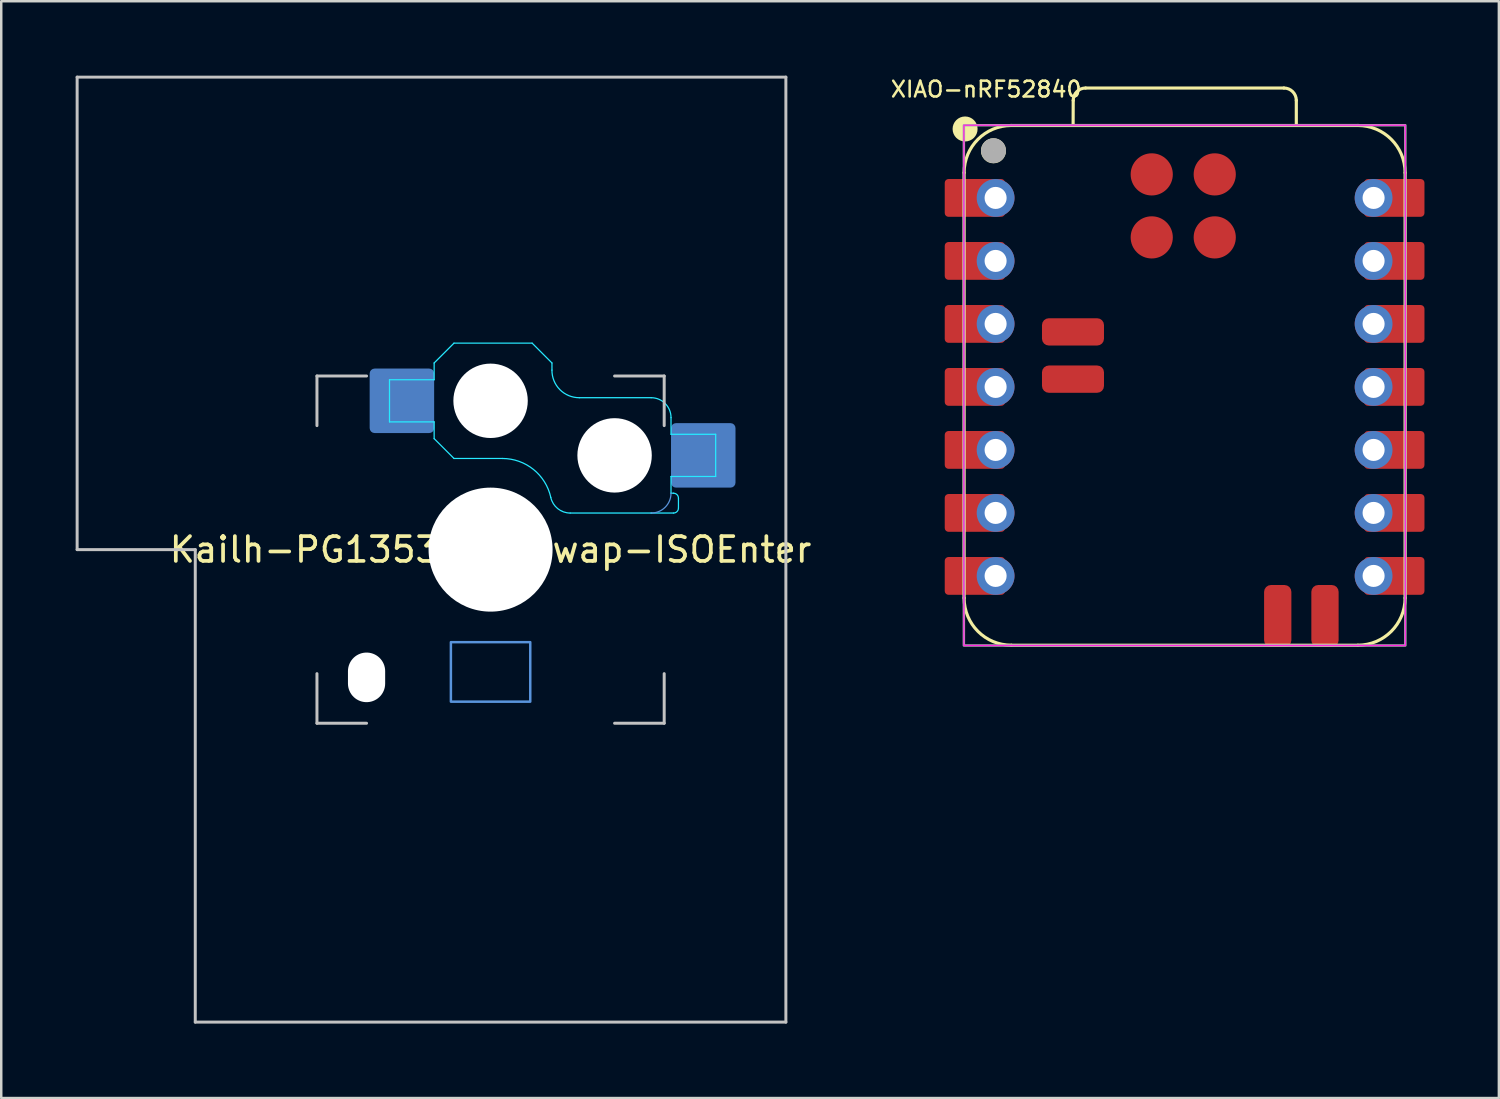
<source format=kicad_pcb>
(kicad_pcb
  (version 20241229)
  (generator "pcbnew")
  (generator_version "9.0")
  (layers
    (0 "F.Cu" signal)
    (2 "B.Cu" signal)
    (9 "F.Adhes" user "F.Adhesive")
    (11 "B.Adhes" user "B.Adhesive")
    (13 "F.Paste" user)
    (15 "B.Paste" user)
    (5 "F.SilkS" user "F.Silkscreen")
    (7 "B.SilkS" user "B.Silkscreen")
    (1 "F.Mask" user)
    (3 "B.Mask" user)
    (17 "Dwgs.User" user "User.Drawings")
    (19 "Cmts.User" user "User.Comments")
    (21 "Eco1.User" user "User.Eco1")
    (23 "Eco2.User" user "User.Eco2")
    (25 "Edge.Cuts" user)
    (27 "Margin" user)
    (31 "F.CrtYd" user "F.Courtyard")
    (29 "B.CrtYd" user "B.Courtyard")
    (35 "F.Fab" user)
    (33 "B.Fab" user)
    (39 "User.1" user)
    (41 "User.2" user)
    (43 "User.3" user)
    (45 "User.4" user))
  (footprint "Kailh-PG1353-Hotswap-ISOEnter"
    (layer "F.Cu")
    (at 16.729 19.11)
    (property "Reference" "Kailh-PG1353-Hotswap-ISOEnter" (at 0 0 180) (layer "F.SilkS") (effects (font (size 1 1) (thickness 0.15))))
    (attr through_hole exclude_from_pos_files exclude_from_bom)
    (fp_line (start -16.669 -19.05) (end -16.669 0) (stroke (width 0.12) (type solid)) (layer "Dwgs.User"))
    (fp_line (start -16.669 0) (end -11.906 0) (stroke (width 0.12) (type solid)) (layer "Dwgs.User"))
    (fp_line (start -11.906 0) (end -11.906 19.05) (stroke (width 0.12) (type solid)) (layer "Dwgs.User"))
    (fp_line (start -11.906 19.05) (end 11.906 19.05) (stroke (width 0.12) (type solid)) (layer "Dwgs.User"))
    (fp_line (start -7 -7) (end -5 -7) (stroke (width 0.12) (type solid)) (layer "Dwgs.User"))
    (fp_line (start -7 -5) (end -7 -7) (stroke (width 0.12) (type solid)) (layer "Dwgs.User"))
    (fp_line (start -7 7) (end -7 5) (stroke (width 0.12) (type solid)) (layer "Dwgs.User"))
    (fp_line (start -5 7) (end -7 7) (stroke (width 0.12) (type solid)) (layer "Dwgs.User"))
    (fp_line (start 7 -7) (end 5 -7) (stroke (width 0.12) (type solid)) (layer "Dwgs.User"))
    (fp_line (start 7 -5) (end 7 -7) (stroke (width 0.12) (type solid)) (layer "Dwgs.User"))
    (fp_line (start 7 5) (end 7 7) (stroke (width 0.12) (type solid)) (layer "Dwgs.User"))
    (fp_line (start 7 7) (end 5 7) (stroke (width 0.12) (type solid)) (layer "Dwgs.User"))
    (fp_line (start 11.906 -19.05) (end -16.669 -19.05) (stroke (width 0.12) (type solid)) (layer "Dwgs.User"))
    (fp_line (start 11.906 19.05) (end 11.906 -19.05) (stroke (width 0.12) (type solid)) (layer "Dwgs.User"))
    (fp_rect (start -1.6 3.73) (end 1.6 6.13) (stroke (width 0.1) (type default)) (fill no) (layer "Cmts.User"))
    (fp_arc (start 7.274998 -2.275) (mid 7.04069 -1.709309) (end 6.475 -1.475) (stroke (width 0.05) (type default)) (layer "Cmts.User"))
    (fp_line (start -4.075 -6.85) (end -2.275 -6.85) (stroke (width 0.05) (type default)) (layer "B.CrtYd"))
    (fp_line (start -4.075 -5.15) (end -4.075 -6.85) (stroke (width 0.05) (type default)) (layer "B.CrtYd"))
    (fp_line (start -2.275 -7.525) (end -2.275 -6.85) (stroke (width 0.05) (type default)) (layer "B.CrtYd"))
    (fp_line (start -2.275 -7.525) (end -1.475 -8.325) (stroke (width 0.05) (type default)) (layer "B.CrtYd"))
    (fp_line (start -2.275 -5.15) (end -4.075 -5.15) (stroke (width 0.05) (type default)) (layer "B.CrtYd"))
    (fp_line (start -2.275 -4.475) (end -2.275 -5.15) (stroke (width 0.05) (type default)) (layer "B.CrtYd"))
    (fp_line (start -1.475 -8.325) (end 1.675 -8.325) (stroke (width 0.05) (type default)) (layer "B.CrtYd"))
    (fp_line (start -1.475 -3.675) (end -2.275 -4.475) (stroke (width 0.05) (type default)) (layer "B.CrtYd"))
    (fp_line (start 0.475 -3.675) (end -1.475 -3.675) (stroke (width 0.05) (type default)) (layer "B.CrtYd"))
    (fp_line (start 1.675 -8.325) (end 2.475 -7.525) (stroke (width 0.05) (type default)) (layer "B.CrtYd"))
    (fp_line (start 2.475 -7.525) (end 2.475 -7.236) (stroke (width 0.05) (type default)) (layer "B.CrtYd"))
    (fp_line (start 3.575 -6.125) (end 6.475 -6.125) (stroke (width 0.05) (type default)) (layer "B.CrtYd"))
    (fp_line (start 6.475 -1.475) (end 3.21 -1.475) (stroke (width 0.05) (type default)) (layer "B.CrtYd"))
    (fp_line (start 6.475 -1.475) (end 7.375 -1.475) (stroke (width 0.05) (type default)) (layer "B.CrtYd"))
    (fp_line (start 7.275 -5.325) (end 7.275 -4.65) (stroke (width 0.05) (type default)) (layer "B.CrtYd"))
    (fp_line (start 7.275 -2.95) (end 9.075 -2.95) (stroke (width 0.05) (type default)) (layer "B.CrtYd"))
    (fp_line (start 7.275 -2.275) (end 7.275 -2.95) (stroke (width 0.05) (type default)) (layer "B.CrtYd"))
    (fp_line (start 7.375 -2.275) (end 7.275 -2.275) (stroke (width 0.05) (type default)) (layer "B.CrtYd"))
    (fp_line (start 7.575 -1.675) (end 7.575 -2.075) (stroke (width 0.05) (type default)) (layer "B.CrtYd"))
    (fp_line (start 9.075 -4.65) (end 7.275 -4.65) (stroke (width 0.05) (type default)) (layer "B.CrtYd"))
    (fp_line (start 9.075 -2.95) (end 9.075 -4.65) (stroke (width 0.05) (type default)) (layer "B.CrtYd"))
    (fp_arc (start 0.474999 -3.675) (mid 1.728566 -3.233387) (end 2.428542 -2.103571) (stroke (width 0.05) (type default)) (layer "B.CrtYd"))
    (fp_arc (start 3.209929 -1.475) (mid 2.708523 -1.651657) (end 2.428542 -2.103571) (stroke (width 0.05) (type default)) (layer "B.CrtYd"))
    (fp_arc (start 3.575029 -6.125) (mid 2.793163 -6.451277) (end 2.475 -7.236481) (stroke (width 0.05) (type default)) (layer "B.CrtYd"))
    (fp_arc (start 6.475029 -6.125) (mid 7.040734 -5.890713) (end 7.275 -5.325) (stroke (width 0.05) (type default)) (layer "B.CrtYd"))
    (fp_arc (start 7.375029 -2.275) (mid 7.51647 -2.216449) (end 7.575 -2.075) (stroke (width 0.05) (type default)) (layer "B.CrtYd"))
    (fp_arc (start 7.575 -1.674988) (mid 7.516429 -1.533562) (end 7.375 -1.475) (stroke (width 0.05) (type default)) (layer "B.CrtYd"))
    (pad "" np_thru_hole oval (at -5 5.15 180) (size 1.5 2) (drill oval 1.5 2) (layers "*.Cu" "*.Mask"))
    (pad "" np_thru_hole circle (at 0 -6 180) (size 3 3) (drill 3) (layers "*.Cu" "*.Mask"))
    (pad "" np_thru_hole circle (at 0 0 180) (size 5 5) (drill 5.1) (layers "*.Cu" "*.Mask"))
    (pad "" np_thru_hole circle (at 5 -3.8 180) (size 3 3) (drill 3) (layers "*.Cu" "*.Mask"))
    (pad "1" smd roundrect (at 8.575 -3.8 180) (size 2.6 2.6) (layers "B.Cu" "B.Mask" "B.Paste") (roundrect_rratio 0.077))
    (pad "2" smd roundrect (at -3.575 -6 180) (size 2.6 2.6) (layers "B.Cu" "B.Mask" "B.Paste") (roundrect_rratio 0.077)))
  (footprint "XIAO-nRF52840"
    (layer "F.Cu")
    (at 44.711 12.55)
    (property "Reference" "XIAO-nRF52840" (at -8 -12 0) (unlocked yes) (layer "F.SilkS") (effects (font (size 0.635 0.635) (thickness 0.102))))
    (attr smd)
    (fp_line (start -8.89 8.509) (end -8.89 -8.636) (stroke (width 0.127) (type solid)) (layer "F.SilkS"))
    (fp_line (start -6.985 10.414) (end 6.985 10.414) (stroke (width 0.127) (type solid)) (layer "F.SilkS"))
    (fp_line (start -4.495 -10.541) (end -4.491 -11.551) (stroke (width 0.127) (type solid)) (layer "F.SilkS"))
    (fp_line (start -3.991 -12.051) (end 4.004 -12.051) (stroke (width 0.127) (type solid)) (layer "F.SilkS"))
    (fp_line (start 4.504 -11.551) (end 4.504 -10.541) (stroke (width 0.127) (type solid)) (layer "F.SilkS"))
    (fp_line (start 6.985 -10.541) (end -6.985 -10.541) (stroke (width 0.127) (type solid)) (layer "F.SilkS"))
    (fp_line (start 8.89 8.509) (end 8.89 -8.636) (stroke (width 0.127) (type solid)) (layer "F.SilkS"))
    (fp_arc (start -8.89 -8.636) (mid -8.332038 -9.983038) (end -6.985 -10.541) (stroke (width 0.127) (type solid)) (layer "F.SilkS"))
    (fp_arc (start -6.985 10.414) (mid -8.332038 9.856038) (end -8.89 8.509) (stroke (width 0.127) (type solid)) (layer "F.SilkS"))
    (fp_arc (start -4.491272 -11.551272) (mid -4.344728 -11.90464) (end -3.991272 -12.051) (stroke (width 0.127) (type default)) (layer "F.SilkS"))
    (fp_arc (start 4.004 -12.051) (mid 4.357524 -11.904524) (end 4.504 -11.551) (stroke (width 0.127) (type default)) (layer "F.SilkS"))
    (fp_arc (start 6.985 -10.541) (mid 8.332038 -9.983038) (end 8.89 -8.636) (stroke (width 0.127) (type solid)) (layer "F.SilkS"))
    (fp_arc (start 8.89 8.509) (mid 8.332038 9.856038) (end 6.985 10.414) (stroke (width 0.127) (type solid)) (layer "F.SilkS"))
    (fp_circle (center -8.85 -10.4) (end -8.85 -10.654) (stroke (width 0.5) (type solid)) (fill yes) (layer "F.SilkS"))
    (fp_circle (center -7.707 -9.52) (end -7.707 -9.774) (stroke (width 0.5) (type solid)) (fill yes) (layer "F.SilkS"))
    (fp_rect (start -8.9 -10.55) (end 8.9 10.425) (stroke (width 0.05) (type default)) (fill no) (layer "F.CrtYd"))
    (fp_rect (start -8.9 -10.55) (end 8.9 10.425) (stroke (width 0.1) (type default)) (fill no) (layer "F.Fab"))
    (fp_circle (center -7.704 -9.526) (end -7.704 -9.78) (stroke (width 0.5) (type solid)) (fill no) (layer "F.Fab"))
    (pad "1" smd roundrect (at -8.455 -7.62 180) (size 2.432 1.524) (layers "F.Cu" "F.Mask") (roundrect_rratio 0.1))
    (pad "1" thru_hole circle (at -7.62 -7.62 180) (size 1.524 1.524) (drill 0.889) (layers "*.Cu" "*.Mask"))
    (pad "2" smd roundrect (at -8.455 -5.08 180) (size 2.432 1.524) (layers "F.Cu" "F.Mask") (roundrect_rratio 0.1))
    (pad "2" thru_hole circle (at -7.62 -5.08 180) (size 1.524 1.524) (drill 0.889) (layers "*.Cu" "*.Mask"))
    (pad "3" smd roundrect (at -8.455 -2.54 180) (size 2.432 1.524) (layers "F.Cu" "F.Mask") (roundrect_rratio 0.1))
    (pad "3" thru_hole circle (at -7.62 -2.54 180) (size 1.524 1.524) (drill 0.889) (layers "*.Cu" "*.Mask"))
    (pad "4" smd roundrect (at -8.455 0 180) (size 2.432 1.524) (layers "F.Cu" "F.Mask") (roundrect_rratio 0.1))
    (pad "4" thru_hole circle (at -7.62 0 180) (size 1.524 1.524) (drill 0.889) (layers "*.Cu" "*.Mask"))
    (pad "5" smd roundrect (at -8.455 2.54 180) (size 2.432 1.524) (layers "F.Cu" "F.Mask") (roundrect_rratio 0.1))
    (pad "5" thru_hole circle (at -7.62 2.54 180) (size 1.524 1.524) (drill 0.889) (layers "*.Cu" "*.Mask"))
    (pad "6" smd roundrect (at -8.455 5.08 180) (size 2.432 1.524) (layers "F.Cu" "F.Mask") (roundrect_rratio 0.1))
    (pad "6" thru_hole circle (at -7.62 5.08 180) (size 1.524 1.524) (drill 0.889) (layers "*.Cu" "*.Mask"))
    (pad "7" smd roundrect (at -8.455 7.62 180) (size 2.432 1.524) (layers "F.Cu" "F.Mask") (roundrect_rratio 0.1))
    (pad "7" thru_hole circle (at -7.62 7.62 180) (size 1.524 1.524) (drill 0.889) (layers "*.Cu" "*.Mask"))
    (pad "8" thru_hole circle (at 7.62 7.62) (size 1.524 1.524) (drill 0.889) (layers "*.Cu" "*.Mask"))
    (pad "8" smd roundrect (at 8.455 7.62) (size 2.432 1.524) (layers "F.Cu" "F.Mask") (roundrect_rratio 0.1))
    (pad "9" thru_hole circle (at 7.62 5.08) (size 1.524 1.524) (drill 0.889) (layers "*.Cu" "*.Mask"))
    (pad "9" smd roundrect (at 8.455 5.08) (size 2.432 1.524) (layers "F.Cu" "F.Mask") (roundrect_rratio 0.1))
    (pad "10" thru_hole circle (at 7.62 2.54) (size 1.524 1.524) (drill 0.889) (layers "*.Cu" "*.Mask"))
    (pad "10" smd roundrect (at 8.455 2.54) (size 2.432 1.524) (layers "F.Cu" "F.Mask") (roundrect_rratio 0.1))
    (pad "11" thru_hole circle (at 7.62 0) (size 1.524 1.524) (drill 0.889) (layers "*.Cu" "*.Mask"))
    (pad "11" smd roundrect (at 8.455 0) (size 2.432 1.524) (layers "F.Cu" "F.Mask") (roundrect_rratio 0.1))
    (pad "12" thru_hole circle (at 7.62 -2.54) (size 1.524 1.524) (drill 0.889) (layers "*.Cu" "*.Mask"))
    (pad "12" smd roundrect (at 8.455 -2.54) (size 2.432 1.524) (layers "F.Cu" "F.Mask") (roundrect_rratio 0.1))
    (pad "13" thru_hole circle (at 7.62 -5.08) (size 1.524 1.524) (drill 0.889) (layers "*.Cu" "*.Mask"))
    (pad "13" smd roundrect (at 8.455 -5.08) (size 2.432 1.524) (layers "F.Cu" "F.Mask") (roundrect_rratio 0.1))
    (pad "14" thru_hole circle (at 7.62 -7.62) (size 1.524 1.524) (drill 0.889) (layers "*.Cu" "*.Mask"))
    (pad "14" smd roundrect (at 8.455 -7.62) (size 2.432 1.524) (layers "F.Cu" "F.Mask") (roundrect_rratio 0.1))
    (pad "15" smd roundrect (at -4.5 -0.314 180) (size 2.5 1.1) (layers "F.Cu" "F.Mask" "F.Paste") (roundrect_rratio 0.25))
    (pad "16" smd roundrect (at -4.5 -2.219 180) (size 2.5 1.1) (layers "F.Cu" "F.Mask" "F.Paste") (roundrect_rratio 0.25))
    (pad "17" smd roundrect (at 3.755 9.237 270) (size 2.5 1.1) (layers "F.Cu" "F.Mask" "F.Paste") (roundrect_rratio 0.25))
    (pad "18" smd roundrect (at 5.66 9.237 270) (size 2.5 1.1) (layers "F.Cu" "F.Mask" "F.Paste") (roundrect_rratio 0.25))
    (pad "19" smd circle (at -1.325 -8.569) (size 1.7 1.7) (layers "F.Cu" "F.Mask" "F.Paste"))
    (pad "20" smd circle (at 1.215 -8.569) (size 1.7 1.7) (layers "F.Cu" "F.Mask" "F.Paste"))
    (pad "21" smd circle (at -1.325 -6.029) (size 1.7 1.7) (layers "F.Cu" "F.Mask" "F.Paste"))
    (pad "22" smd circle (at 1.215 -6.029) (size 1.7 1.7) (layers "F.Cu" "F.Mask" "F.Paste")))
  (gr_rect
    (start -3 -3)
    (end 57.382 41.22)
    (stroke (width 0.1) (type default))
    (fill no)
    (layer "Edge.Cuts")))
</source>
